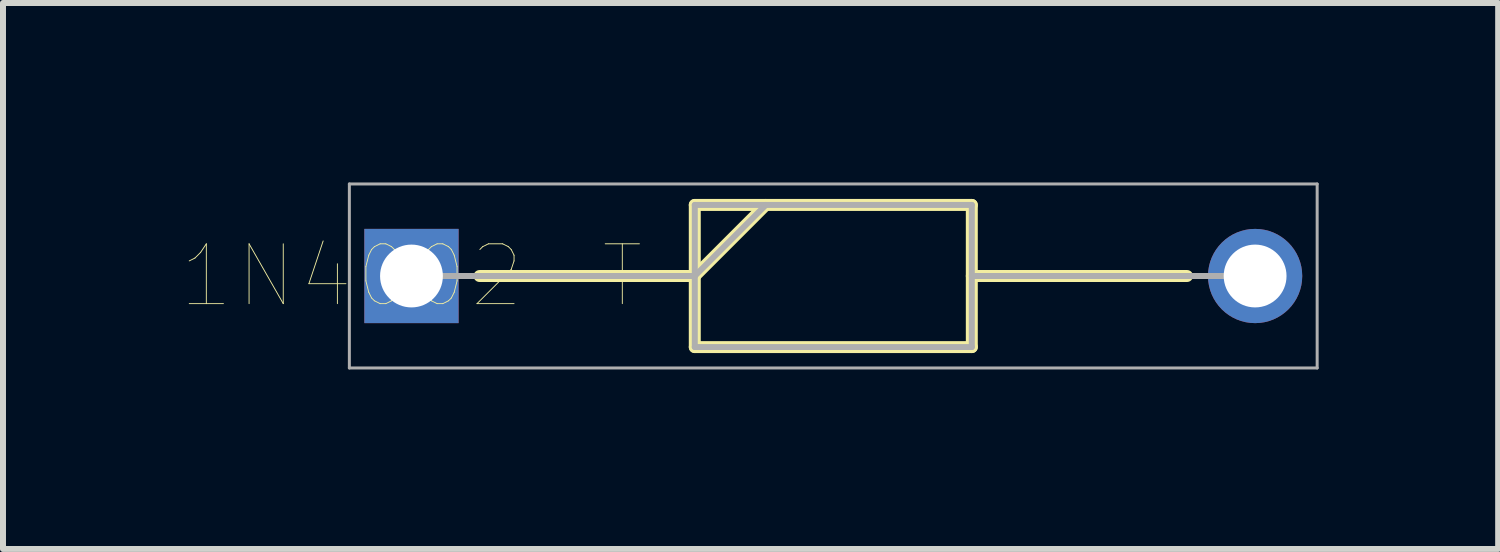
<source format=kicad_pcb>
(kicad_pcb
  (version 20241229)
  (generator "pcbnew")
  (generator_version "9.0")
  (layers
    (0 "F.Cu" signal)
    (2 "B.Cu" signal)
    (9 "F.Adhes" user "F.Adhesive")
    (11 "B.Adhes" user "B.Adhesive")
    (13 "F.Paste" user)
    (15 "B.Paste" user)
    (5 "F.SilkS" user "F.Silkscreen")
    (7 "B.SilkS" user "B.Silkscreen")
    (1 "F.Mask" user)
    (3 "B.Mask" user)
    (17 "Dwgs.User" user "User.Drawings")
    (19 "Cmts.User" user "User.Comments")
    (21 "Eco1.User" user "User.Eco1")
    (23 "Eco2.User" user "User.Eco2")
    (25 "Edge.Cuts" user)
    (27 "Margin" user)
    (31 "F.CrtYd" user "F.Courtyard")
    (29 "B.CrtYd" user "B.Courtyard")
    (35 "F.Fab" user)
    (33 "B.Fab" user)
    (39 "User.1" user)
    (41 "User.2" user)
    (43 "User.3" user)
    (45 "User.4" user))
  (footprint "1N4002-T"
    (layer "F.Cu")
    (at 3.827 1.563)
    (property "Reference" "1N4002-T" (at 0 0 0) (layer "F.SilkS") (effects (font (size 1 1) (thickness 0.015))))
    (attr through_hole)
    (fp_line (start 1.138 0) (end 4.735 0) (stroke (width 0.2) (type solid)) (layer "F.SilkS"))
    (fp_line (start 4.735 -1.188) (end 9.365 -1.188) (stroke (width 0.2) (type solid)) (layer "F.SilkS"))
    (fp_line (start 4.735 0) (end 5.922 -1.188) (stroke (width 0.2) (type solid)) (layer "F.SilkS"))
    (fp_line (start 4.735 1.188) (end 4.735 -1.188) (stroke (width 0.2) (type solid)) (layer "F.SilkS"))
    (fp_line (start 9.365 -1.188) (end 9.365 1.188) (stroke (width 0.2) (type solid)) (layer "F.SilkS"))
    (fp_line (start 9.365 0) (end 12.962 0) (stroke (width 0.2) (type solid)) (layer "F.SilkS"))
    (fp_line (start 9.365 1.188) (end 4.735 1.188) (stroke (width 0.2) (type solid)) (layer "F.SilkS"))
    (fp_line (start -1.038 -1.538) (end 15.137 -1.538) (stroke (width 0.05) (type solid)) (layer "F.Fab"))
    (fp_line (start -1.038 1.537) (end -1.038 -1.538) (stroke (width 0.05) (type solid)) (layer "F.Fab"))
    (fp_line (start 0 0) (end 4.735 0) (stroke (width 0.1) (type solid)) (layer "F.Fab"))
    (fp_line (start 4.735 -1.188) (end 9.365 -1.188) (stroke (width 0.1) (type solid)) (layer "F.Fab"))
    (fp_line (start 4.735 0) (end 5.923 -1.188) (stroke (width 0.1) (type solid)) (layer "F.Fab"))
    (fp_line (start 4.735 1.187) (end 4.735 -1.188) (stroke (width 0.1) (type solid)) (layer "F.Fab"))
    (fp_line (start 9.365 -1.188) (end 9.365 1.187) (stroke (width 0.1) (type solid)) (layer "F.Fab"))
    (fp_line (start 9.365 0) (end 14.1 0) (stroke (width 0.1) (type solid)) (layer "F.Fab"))
    (fp_line (start 9.365 1.187) (end 4.735 1.187) (stroke (width 0.1) (type solid)) (layer "F.Fab"))
    (fp_line (start 15.137 -1.538) (end 15.137 1.537) (stroke (width 0.05) (type solid)) (layer "F.Fab"))
    (fp_line (start 15.137 1.537) (end -1.038 1.537) (stroke (width 0.05) (type solid)) (layer "F.Fab"))
    (pad "1" thru_hole rect (at 0 0) (size 1.575 1.575) (drill 1.05) (layers "*.Cu" "*.Mask"))
    (pad "2" thru_hole circle (at 14.1 0) (size 1.575 1.575) (drill 1.05) (layers "*.Cu" "*.Mask")))
  (gr_rect
    (start -3 -3)
    (end 21.989 6.125)
    (stroke (width 0.1) (type default))
    (fill no)
    (layer "Edge.Cuts")))
</source>
